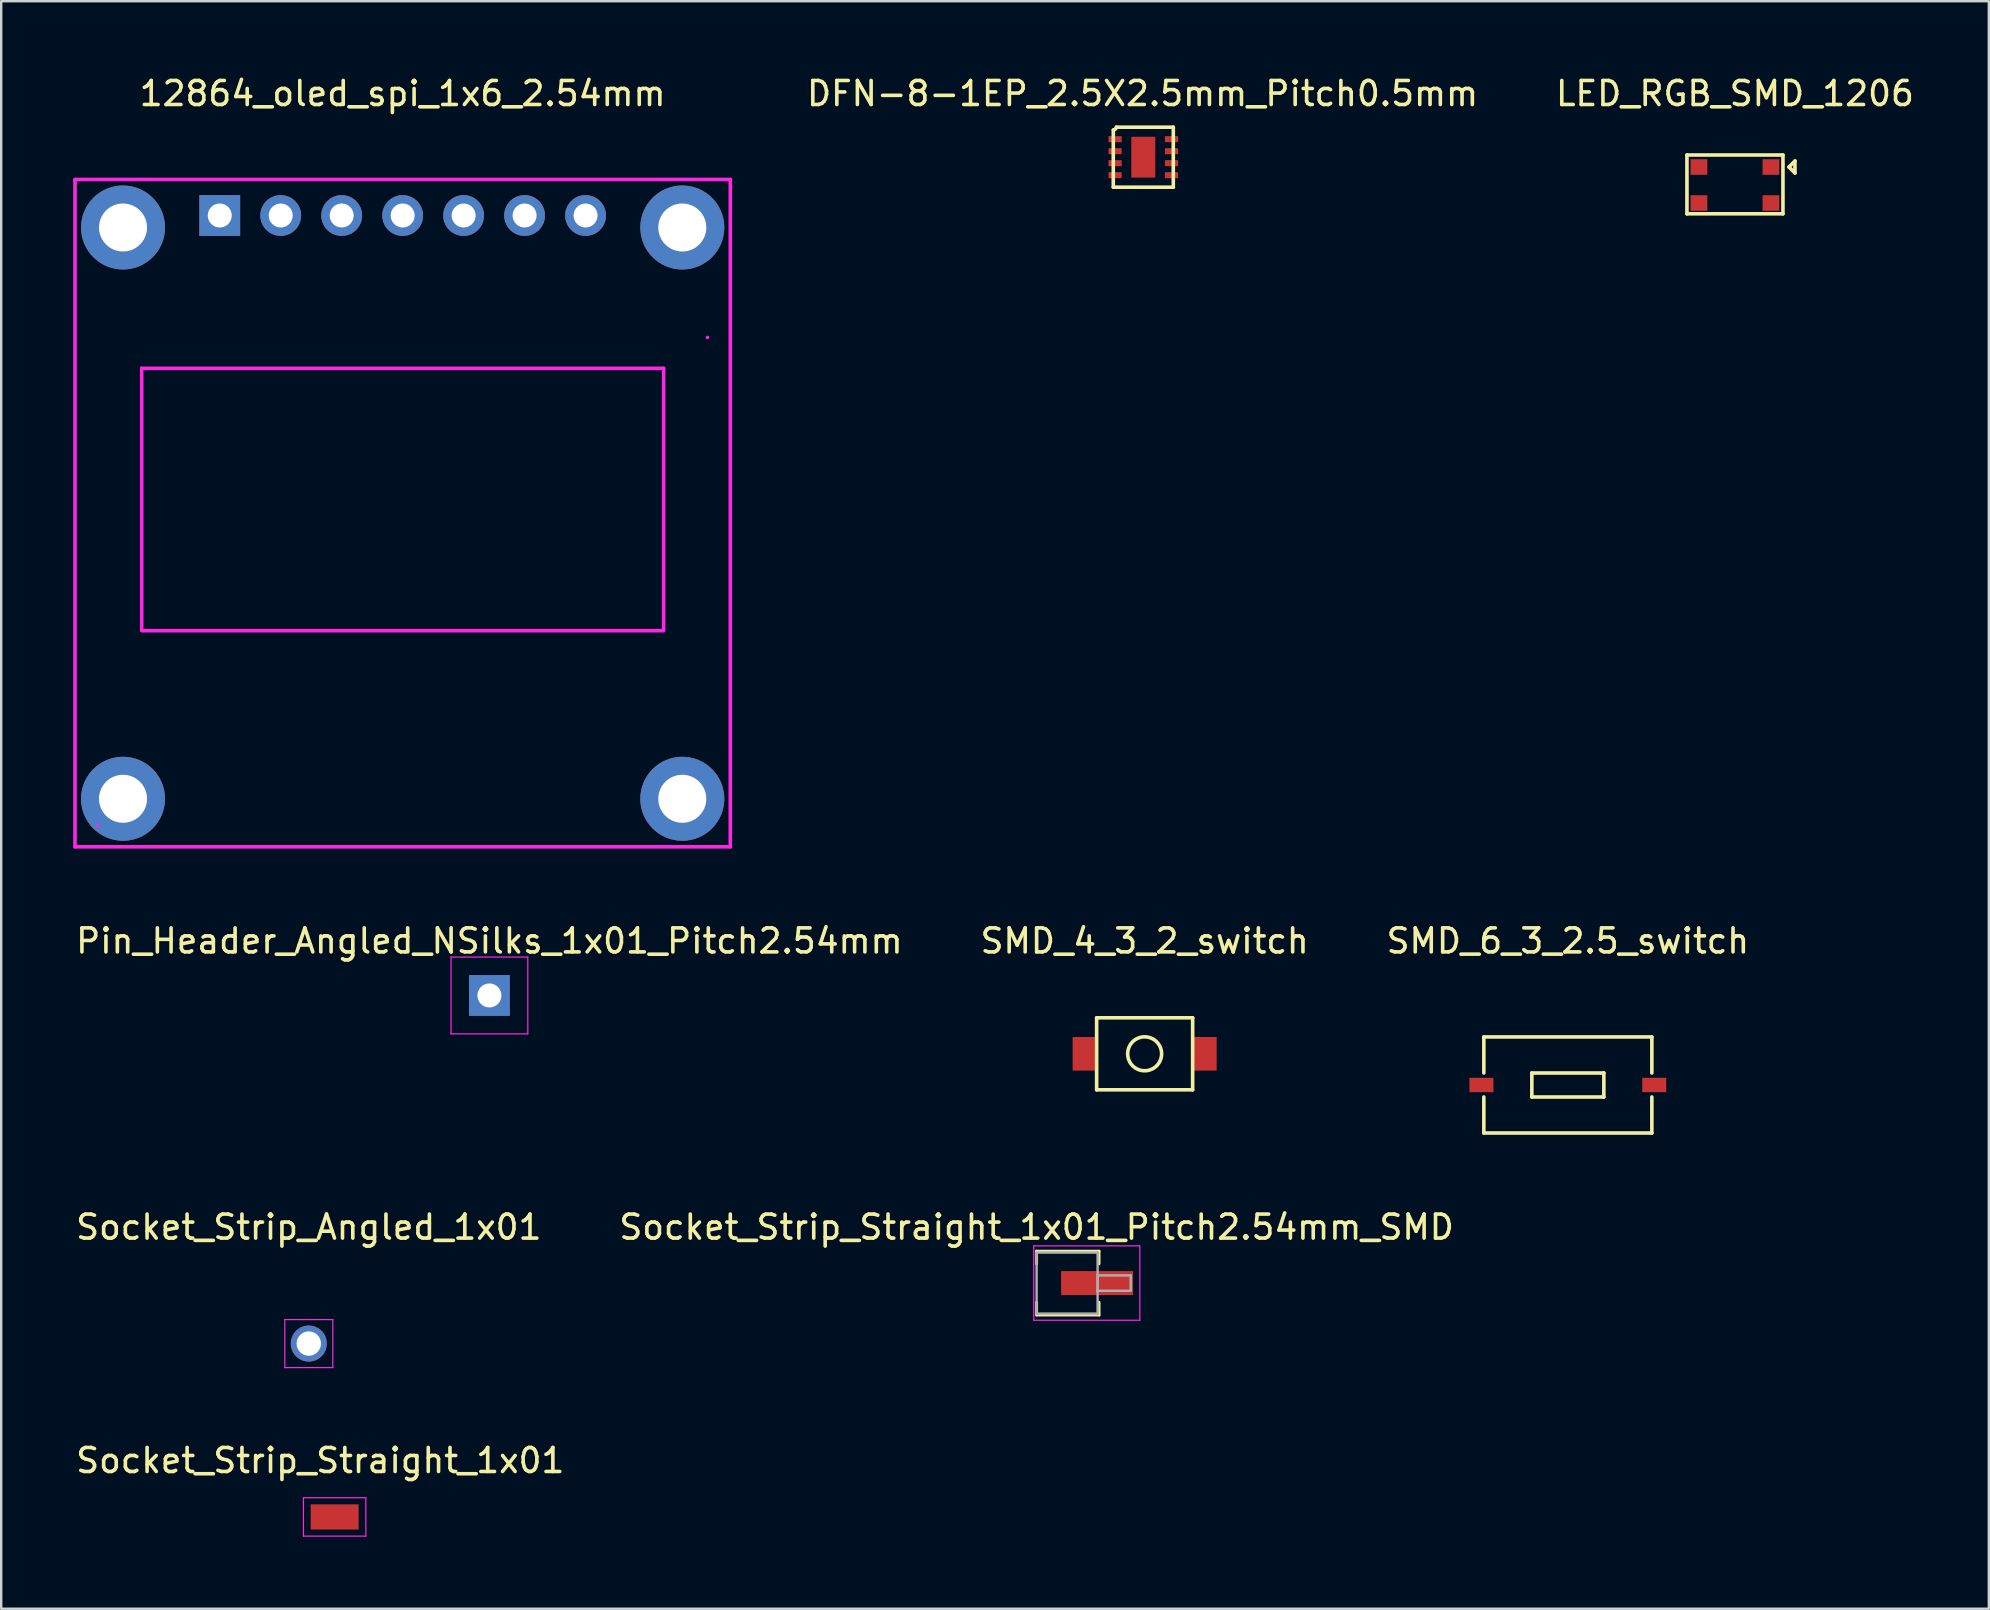
<source format=kicad_pcb>
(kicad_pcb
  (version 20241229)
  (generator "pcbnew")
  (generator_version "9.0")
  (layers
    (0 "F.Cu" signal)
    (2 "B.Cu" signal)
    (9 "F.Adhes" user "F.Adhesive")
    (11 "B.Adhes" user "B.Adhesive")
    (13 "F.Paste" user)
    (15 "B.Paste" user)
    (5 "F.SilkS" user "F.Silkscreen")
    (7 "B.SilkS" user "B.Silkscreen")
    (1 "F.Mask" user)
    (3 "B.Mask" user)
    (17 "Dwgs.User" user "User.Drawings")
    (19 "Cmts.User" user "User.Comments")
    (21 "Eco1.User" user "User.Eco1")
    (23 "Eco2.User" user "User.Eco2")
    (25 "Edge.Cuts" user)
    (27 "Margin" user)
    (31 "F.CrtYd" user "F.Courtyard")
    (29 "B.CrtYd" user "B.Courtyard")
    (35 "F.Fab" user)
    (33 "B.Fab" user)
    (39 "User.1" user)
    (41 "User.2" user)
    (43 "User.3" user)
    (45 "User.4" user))
  (footprint "12864_oled_spi_1x6_2.54mm"
    (layer "F.Cu")
    (at 13.725 5.928)
    (property "Reference" "12864_oled_spi_1x6_2.54mm" (at 0 -5.08 180) (layer "F.SilkS") (effects (font (size 1 1) (thickness 0.15))))
    (attr through_hole)
    (fp_line (start -13.65 -1.5) (end -13.65 26.3) (stroke (width 0.15) (type solid)) (layer "F.CrtYd"))
    (fp_line (start -13.65 -1.5) (end 13.65 -1.5) (stroke (width 0.15) (type solid)) (layer "F.CrtYd"))
    (fp_line (start -13.65 26.3) (end 13.65 26.3) (stroke (width 0.15) (type solid)) (layer "F.CrtYd"))
    (fp_line (start -12.7 25.4) (end -12.7 25.4) (stroke (width 0.15) (type solid)) (layer "F.CrtYd"))
    (fp_line (start -10.872 6.366) (end -10.872 17.23) (stroke (width 0.15) (type solid)) (layer "F.CrtYd"))
    (fp_line (start -10.872 6.366) (end 10.872 6.366) (stroke (width 0.15) (type solid)) (layer "F.CrtYd"))
    (fp_line (start -10.872 17.296) (end 10.872 17.296) (stroke (width 0.15) (type solid)) (layer "F.CrtYd"))
    (fp_line (start 10.872 6.366) (end 10.872 17.23) (stroke (width 0.15) (type solid)) (layer "F.CrtYd"))
    (fp_line (start 12.7 5.08) (end 12.7 5.08) (stroke (width 0.15) (type solid)) (layer "F.CrtYd"))
    (fp_line (start 13.65 -1.5) (end 13.65 26.3) (stroke (width 0.15) (type solid)) (layer "F.CrtYd"))
    (pad "" np_thru_hole circle (at -11.65 0.5) (size 3.5 3.5) (drill 2) (layers "*.Cu" "*.Mask"))
    (pad "" np_thru_hole circle (at -11.65 24.3) (size 3.5 3.5) (drill 2) (layers "*.Cu" "*.Mask"))
    (pad "" np_thru_hole circle (at 11.65 0.5) (size 3.5 3.5) (drill 2) (layers "*.Cu" "*.Mask"))
    (pad "" np_thru_hole circle (at 11.65 24.3) (size 3.5 3.5) (drill 2) (layers "*.Cu" "*.Mask"))
    (pad "1" thru_hole rect (at -7.62 0) (size 1.7 1.7) (drill 1) (layers "*.Cu" "*.Mask"))
    (pad "2" thru_hole circle (at -5.08 0) (size 1.7 1.7) (drill 1) (layers "*.Cu" "*.Mask"))
    (pad "3" thru_hole circle (at -2.54 0) (size 1.7 1.7) (drill 1) (layers "*.Cu" "*.Mask"))
    (pad "4" thru_hole circle (at 0 0) (size 1.7 1.7) (drill 1) (layers "*.Cu" "*.Mask"))
    (pad "5" thru_hole circle (at 2.54 0) (size 1.7 1.7) (drill 1) (layers "*.Cu" "*.Mask"))
    (pad "6" thru_hole circle (at 5.08 0) (size 1.7 1.7) (drill 1) (layers "*.Cu" "*.Mask"))
    (pad "7" thru_hole circle (at 7.62 0) (size 1.7 1.7) (drill 1) (layers "*.Cu" "*.Mask")))
  (footprint "Socket_Strip_Angled_1x01"
    (layer "F.Cu")
    (at 9.815 52.925)
    (property "Reference" "Socket_Strip_Angled_1x01" (at 0 -4.85 0) (layer "F.SilkS") (effects (font (size 1 1) (thickness 0.15))))
    (attr through_hole)
    (fp_line (start -1 -1) (end -1 1) (stroke (width 0.05) (type solid)) (layer "F.CrtYd"))
    (fp_line (start -1 -1) (end 1 -1) (stroke (width 0.05) (type solid)) (layer "F.CrtYd"))
    (fp_line (start -1 1) (end 1 1) (stroke (width 0.05) (type solid)) (layer "F.CrtYd"))
    (fp_line (start 1 -1) (end 1 1) (stroke (width 0.05) (type solid)) (layer "F.CrtYd"))
    (pad "1" thru_hole circle (at 0 0) (size 1.5 1.5) (drill 1.016) (layers "*.Cu" "*.Mask")))
  (footprint "Pin_Header_Angled_NSilks_1x01_Pitch2.54mm"
    (layer "F.Cu")
    (at 17.339 38.422)
    (property "Reference" "Pin_Header_Angled_NSilks_1x01_Pitch2.54mm" (at 0 -2.27 0) (layer "F.SilkS") (effects (font (size 1 1) (thickness 0.15))))
    (attr through_hole)
    (fp_line (start -1.6 -1.6) (end -1.6 1.6) (stroke (width 0.05) (type solid)) (layer "F.CrtYd"))
    (fp_line (start -1.6 1.6) (end 1.6 1.6) (stroke (width 0.05) (type solid)) (layer "F.CrtYd"))
    (fp_line (start 1.6 -1.6) (end -1.6 -1.6) (stroke (width 0.05) (type solid)) (layer "F.CrtYd"))
    (fp_line (start 1.6 1.6) (end 1.6 -1.6) (stroke (width 0.05) (type solid)) (layer "F.CrtYd"))
    (fp_line (start 0 -0.32) (end 0 0.32) (stroke (width 0.1) (type solid)) (layer "F.Fab"))
    (pad "1" thru_hole rect (at 0 0) (size 1.7 1.7) (drill 1) (layers "*.Cu" "*.Mask")))
  (footprint "SMD_4_3_2_switch"
    (layer "F.Cu")
    (at 44.637 40.852)
    (property "Reference" "SMD_4_3_2_switch" (at 0 -4.7 0) (layer "F.SilkS") (effects (font (size 1 1) (thickness 0.15))))
    (attr through_hole)
    (fp_line (start -2 -1.5) (end -2 1.5) (stroke (width 0.15) (type solid)) (layer "F.SilkS"))
    (fp_line (start -2 1.5) (end 2 1.5) (stroke (width 0.15) (type solid)) (layer "F.SilkS"))
    (fp_line (start 2 -1.5) (end -2 -1.5) (stroke (width 0.15) (type solid)) (layer "F.SilkS"))
    (fp_line (start 2 1.5) (end 2 -1.5) (stroke (width 0.15) (type solid)) (layer "F.SilkS"))
    (fp_circle (center 0 0) (end 0.5 0.5) (stroke (width 0.15) (type solid)) (fill no) (layer "F.SilkS"))
    (pad "1" smd rect (at -2.5 0) (size 1 1.4) (layers "F.Cu" "F.Mask" "F.Paste"))
    (pad "2" smd rect (at 2.5 0) (size 1 1.4) (layers "F.Cu" "F.Mask" "F.Paste")))
  (footprint "SMD_6_3_2.5_switch"
    (layer "F.Cu")
    (at 62.268 42.151)
    (property "Reference" "SMD_6_3_2.5_switch" (at 0 -6 0) (layer "F.SilkS") (effects (font (size 1 1) (thickness 0.15))))
    (attr through_hole)
    (fp_line (start -3.5 -2) (end 3.5 -2) (stroke (width 0.15) (type solid)) (layer "F.SilkS"))
    (fp_line (start -3.5 -0.5) (end -3.5 -2) (stroke (width 0.15) (type solid)) (layer "F.SilkS"))
    (fp_line (start -3.5 2) (end -3.5 0.5) (stroke (width 0.15) (type solid)) (layer "F.SilkS"))
    (fp_line (start -1.5 -0.5) (end -1.5 0.5) (stroke (width 0.15) (type solid)) (layer "F.SilkS"))
    (fp_line (start -1.5 0.5) (end 1.5 0.5) (stroke (width 0.15) (type solid)) (layer "F.SilkS"))
    (fp_line (start 1.5 -0.5) (end -1.5 -0.5) (stroke (width 0.15) (type solid)) (layer "F.SilkS"))
    (fp_line (start 1.5 0.5) (end 1.5 -0.5) (stroke (width 0.15) (type solid)) (layer "F.SilkS"))
    (fp_line (start 3.5 -2) (end 3.5 -0.5) (stroke (width 0.15) (type solid)) (layer "F.SilkS"))
    (fp_line (start 3.5 2) (end -3.5 2) (stroke (width 0.15) (type solid)) (layer "F.SilkS"))
    (fp_line (start 3.5 2) (end 3.5 0.5) (stroke (width 0.15) (type solid)) (layer "F.SilkS"))
    (pad "1" smd rect (at -3.6 0) (size 1 0.6) (layers "F.Cu" "F.Mask" "F.Paste"))
    (pad "2" smd rect (at 3.6 0) (size 1 0.6) (layers "F.Cu" "F.Mask" "F.Paste")))
  (footprint "Socket_Strip_Straight_1x01"
    (layer "F.Cu")
    (at 10.892 60.148)
    (property "Reference" "Socket_Strip_Straight_1x01" (at -0.6 -2.35 0) (layer "F.SilkS") (effects (font (size 1 1) (thickness 0.15))))
    (attr through_hole)
    (fp_line (start -1.3 -0.8) (end 1.3 -0.8) (stroke (width 0.05) (type solid)) (layer "F.CrtYd"))
    (fp_line (start -1.3 0.8) (end -1.3 -0.8) (stroke (width 0.05) (type solid)) (layer "F.CrtYd"))
    (fp_line (start 1.3 -0.8) (end 1.3 0.8) (stroke (width 0.05) (type solid)) (layer "F.CrtYd"))
    (fp_line (start 1.3 0.8) (end -1.3 0.8) (stroke (width 0.05) (type solid)) (layer "F.CrtYd"))
    (pad "1" smd trapezoid (at 0 0 90) (size 1.05 2) (layers "F.Cu" "F.Mask" "F.Paste")))
  (footprint "Socket_Strip_Straight_1x01_Pitch2.54mm_SMD"
    (layer "F.Cu")
    (at 40.137 50.405)
    (property "Reference" "Socket_Strip_Straight_1x01_Pitch2.54mm_SMD" (at 0 -2.33 0) (layer "F.SilkS") (effects (font (size 1 1) (thickness 0.15))))
    (attr smd)
    (fp_line (start 0 -1.33) (end 2.6 -1.33) (stroke (width 0.12) (type solid)) (layer "F.SilkS"))
    (fp_line (start 0 -0.8) (end 0 -1.33) (stroke (width 0.12) (type solid)) (layer "F.SilkS"))
    (fp_line (start 0 0.8) (end 0 1.33) (stroke (width 0.12) (type solid)) (layer "F.SilkS"))
    (fp_line (start 0.01 1.33) (end 2.6 1.33) (stroke (width 0.12) (type solid)) (layer "F.SilkS"))
    (fp_line (start 2.6 -1.33) (end 2.6 -0.8) (stroke (width 0.12) (type solid)) (layer "F.SilkS"))
    (fp_line (start 2.6 1.33) (end 2.6 0.8) (stroke (width 0.12) (type solid)) (layer "F.SilkS"))
    (fp_line (start -0.12 -1.55) (end -0.12 1.55) (stroke (width 0.05) (type solid)) (layer "F.CrtYd"))
    (fp_line (start -0.12 1.55) (end 4.3 1.55) (stroke (width 0.05) (type solid)) (layer "F.CrtYd"))
    (fp_line (start 4.3 -1.55) (end -0.12 -1.55) (stroke (width 0.05) (type solid)) (layer "F.CrtYd"))
    (fp_line (start 4.3 1.55) (end 4.3 -1.55) (stroke (width 0.05) (type solid)) (layer "F.CrtYd"))
    (fp_line (start 0 -1.26) (end 0 1.27) (stroke (width 0.1) (type solid)) (layer "F.Fab"))
    (fp_line (start 0 1.27) (end 2.54 1.27) (stroke (width 0.1) (type solid)) (layer "F.Fab"))
    (fp_line (start 2.54 -1.27) (end 0 -1.27) (stroke (width 0.1) (type solid)) (layer "F.Fab"))
    (fp_line (start 2.54 -0.32) (end 2.54 0.32) (stroke (width 0.1) (type solid)) (layer "F.Fab"))
    (fp_line (start 2.54 0.32) (end 3.92 0.32) (stroke (width 0.1) (type solid)) (layer "F.Fab"))
    (fp_line (start 2.54 1.27) (end 2.54 -1.27) (stroke (width 0.1) (type solid)) (layer "F.Fab"))
    (fp_line (start 3.92 -0.32) (end 2.54 -0.32) (stroke (width 0.1) (type solid)) (layer "F.Fab"))
    (fp_line (start 3.92 0.32) (end 3.92 -0.32) (stroke (width 0.1) (type solid)) (layer "F.Fab"))
    (pad "1" smd rect (at 2.52 0) (size 3 1) (layers "F.Cu" "F.Mask")))
  (footprint "DFN-8-1EP_2.5X2.5mm_Pitch0.5mm"
    (layer "F.Cu")
    (at 44.581 3.498)
    (property "Reference" "DFN-8-1EP_2.5X2.5mm_Pitch0.5mm" (at -0.03 -2.65 0) (layer "F.SilkS") (effects (font (size 1 1) (thickness 0.15))))
    (attr smd)
    (fp_line (start -1.25 1.25) (end -1.25 -1.11) (stroke (width 0.15) (type solid)) (layer "F.SilkS"))
    (fp_line (start -1.12 -1.25) (end 1.25 -1.25) (stroke (width 0.15) (type solid)) (layer "F.SilkS"))
    (fp_line (start 1.25 -1.25) (end 1.25 1.25) (stroke (width 0.15) (type solid)) (layer "F.SilkS"))
    (fp_line (start 1.25 1.25) (end -1.25 1.25) (stroke (width 0.15) (type solid)) (layer "F.SilkS"))
    (fp_arc (start -1.12 -1.25) (mid -1.164357 -1.170174) (end -1.25 -1.138471) (stroke (width 0.15) (type solid)) (layer "F.SilkS"))
    (pad "" smd rect (at 0 0) (size 1 1.7) (layers "F.Cu" "F.Mask" "F.Paste"))
    (pad "1" smd rect (at -1.175 -0.75) (size 0.55 0.25) (layers "F.Cu" "F.Mask" "F.Paste"))
    (pad "2" smd rect (at -1.175 -0.25) (size 0.55 0.25) (layers "F.Cu" "F.Mask" "F.Paste"))
    (pad "3" smd rect (at -1.175 0.25) (size 0.55 0.25) (layers "F.Cu" "F.Mask" "F.Paste"))
    (pad "4" smd rect (at -1.175 0.75) (size 0.55 0.25) (layers "F.Cu" "F.Mask" "F.Paste"))
    (pad "5" smd rect (at 1.175 0.75) (size 0.55 0.25) (layers "F.Cu" "F.Mask" "F.Paste"))
    (pad "6" smd rect (at 1.175 0.25) (size 0.55 0.25) (layers "F.Cu" "F.Mask" "F.Paste"))
    (pad "7" smd rect (at 1.175 -0.25) (size 0.55 0.25) (layers "F.Cu" "F.Mask" "F.Paste"))
    (pad "8" smd rect (at 1.175 -0.75) (size 0.55 0.25) (layers "F.Cu" "F.Mask" "F.Paste")))
  (footprint "LED_RGB_SMD_1206"
    (layer "F.Cu")
    (at 69.23 4.658)
    (property "Reference" "LED_RGB_SMD_1206" (at 0 -3.81 0) (layer "F.SilkS") (effects (font (size 1 1) (thickness 0.15))))
    (attr through_hole)
    (fp_line (start -2 -1.25) (end 2 -1.25) (stroke (width 0.15) (type solid)) (layer "F.SilkS"))
    (fp_line (start -2 1.2) (end -2 -1.25) (stroke (width 0.15) (type solid)) (layer "F.SilkS"))
    (fp_line (start 2 -1.25) (end 2 1.2) (stroke (width 0.15) (type solid)) (layer "F.SilkS"))
    (fp_line (start 2 1.2) (end -2 1.2) (stroke (width 0.15) (type solid)) (layer "F.SilkS"))
    (fp_line (start 2.25 -0.75) (end 2.5 -1) (stroke (width 0.15) (type solid)) (layer "F.SilkS"))
    (fp_line (start 2.5 -1) (end 2.5 -0.5) (stroke (width 0.15) (type solid)) (layer "F.SilkS"))
    (fp_line (start 2.5 -0.5) (end 2.25 -0.75) (stroke (width 0.15) (type solid)) (layer "F.SilkS"))
    (pad "1" smd rect (at -1.5 -0.75) (size 0.7 0.65) (layers "F.Cu" "F.Mask" "F.Paste"))
    (pad "2" smd rect (at 1.5 -0.75) (size 0.7 0.65) (layers "F.Cu" "F.Mask" "F.Paste"))
    (pad "3" smd rect (at -1.5 0.75) (size 0.7 0.65) (layers "F.Cu" "F.Mask" "F.Paste"))
    (pad "4" smd rect (at 1.5 0.75) (size 0.7 0.65) (layers "F.Cu" "F.Mask" "F.Paste")))
  (gr_rect
    (start -3 -3)
    (end 79.807 63.973)
    (stroke (width 0.1) (type default))
    (fill no)
    (layer "Edge.Cuts")))
</source>
